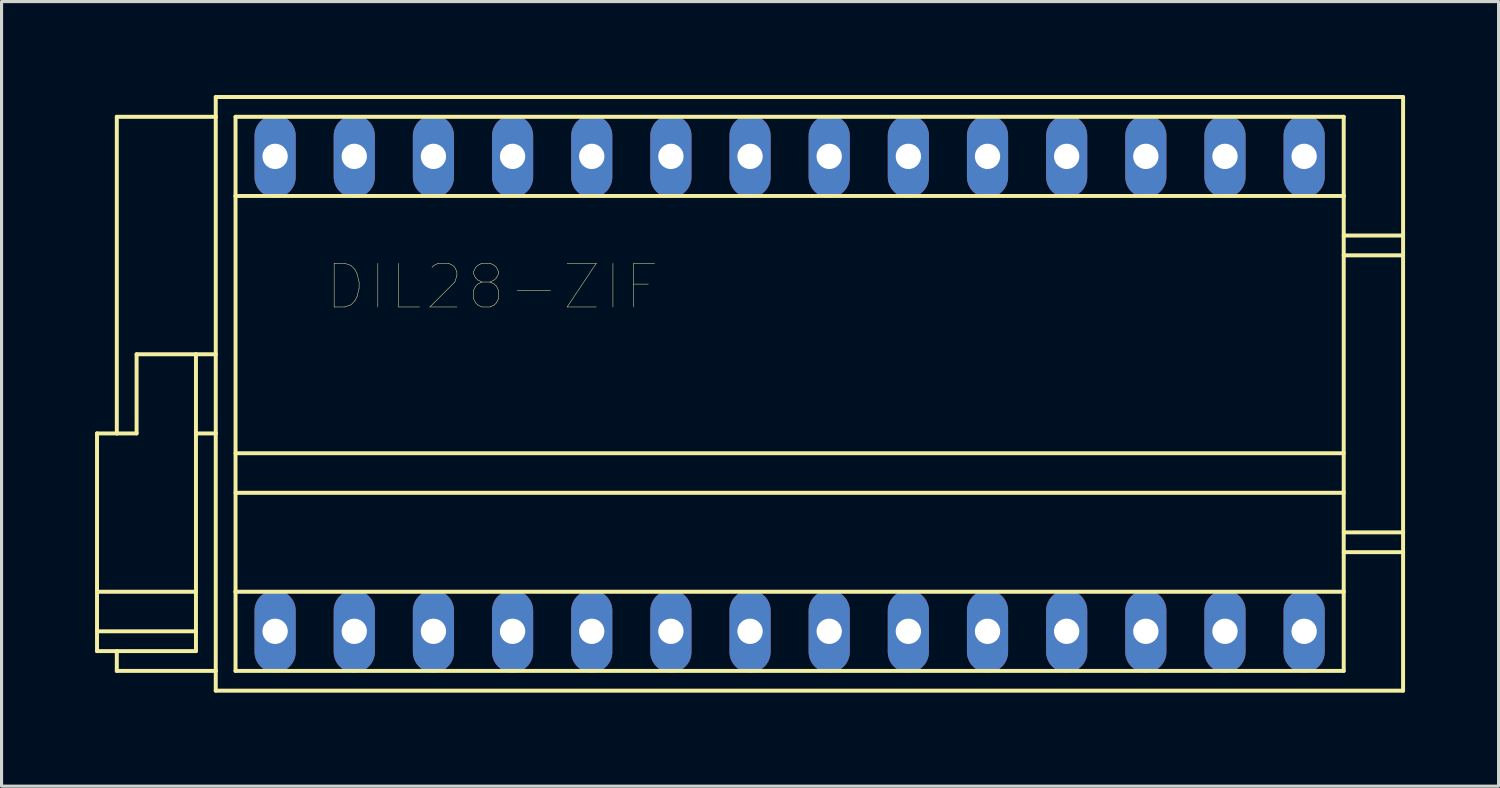
<source format=kicad_pcb>
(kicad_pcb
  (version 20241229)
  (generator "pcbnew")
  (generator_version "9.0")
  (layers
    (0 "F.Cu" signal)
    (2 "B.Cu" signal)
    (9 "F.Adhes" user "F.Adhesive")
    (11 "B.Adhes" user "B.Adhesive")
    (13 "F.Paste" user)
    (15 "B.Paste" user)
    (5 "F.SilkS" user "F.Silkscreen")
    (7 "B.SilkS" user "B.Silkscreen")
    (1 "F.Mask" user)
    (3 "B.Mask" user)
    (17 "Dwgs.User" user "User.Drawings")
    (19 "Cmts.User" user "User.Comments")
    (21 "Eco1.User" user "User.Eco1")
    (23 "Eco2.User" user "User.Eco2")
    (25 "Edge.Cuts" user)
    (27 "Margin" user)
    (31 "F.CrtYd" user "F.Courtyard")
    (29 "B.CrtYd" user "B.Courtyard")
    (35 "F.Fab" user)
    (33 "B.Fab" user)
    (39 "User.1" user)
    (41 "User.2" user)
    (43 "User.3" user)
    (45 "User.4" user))
  (footprint "DIL28-ZIF"
    (layer "F.Cu")
    (at 22.288 9.588)
    (property "Reference" "DIL28-ZIF" (at -9.542 -3.435 0) (layer "F.SilkS") (effects (font (size 1.402 1.402) (thickness 0.015))))
    (attr through_hole)
    (fp_line (start -22.225 1.27) (end -22.225 6.35) (stroke (width 0.127) (type solid)) (layer "F.SilkS"))
    (fp_line (start -22.225 1.27) (end -21.59 1.27) (stroke (width 0.127) (type solid)) (layer "F.SilkS"))
    (fp_line (start -22.225 6.35) (end -22.225 7.62) (stroke (width 0.127) (type solid)) (layer "F.SilkS"))
    (fp_line (start -22.225 7.62) (end -22.225 8.255) (stroke (width 0.127) (type solid)) (layer "F.SilkS"))
    (fp_line (start -22.225 8.255) (end -21.59 8.255) (stroke (width 0.127) (type solid)) (layer "F.SilkS"))
    (fp_line (start -21.59 -8.89) (end -21.59 1.27) (stroke (width 0.127) (type solid)) (layer "F.SilkS"))
    (fp_line (start -21.59 -8.89) (end -18.415 -8.89) (stroke (width 0.127) (type solid)) (layer "F.SilkS"))
    (fp_line (start -21.59 1.27) (end -20.955 1.27) (stroke (width 0.127) (type solid)) (layer "F.SilkS"))
    (fp_line (start -21.59 8.255) (end -19.05 8.255) (stroke (width 0.127) (type solid)) (layer "F.SilkS"))
    (fp_line (start -21.59 8.89) (end -21.59 8.255) (stroke (width 0.127) (type solid)) (layer "F.SilkS"))
    (fp_line (start -20.955 1.27) (end -20.955 -1.27) (stroke (width 0.127) (type solid)) (layer "F.SilkS"))
    (fp_line (start -19.05 -1.27) (end -20.955 -1.27) (stroke (width 0.127) (type solid)) (layer "F.SilkS"))
    (fp_line (start -19.05 -1.27) (end -19.05 1.27) (stroke (width 0.127) (type solid)) (layer "F.SilkS"))
    (fp_line (start -19.05 -1.27) (end -18.415 -1.27) (stroke (width 0.127) (type solid)) (layer "F.SilkS"))
    (fp_line (start -19.05 1.27) (end -19.05 6.35) (stroke (width 0.127) (type solid)) (layer "F.SilkS"))
    (fp_line (start -19.05 1.27) (end -18.415 1.27) (stroke (width 0.127) (type solid)) (layer "F.SilkS"))
    (fp_line (start -19.05 6.35) (end -22.225 6.35) (stroke (width 0.127) (type solid)) (layer "F.SilkS"))
    (fp_line (start -19.05 6.35) (end -19.05 7.62) (stroke (width 0.127) (type solid)) (layer "F.SilkS"))
    (fp_line (start -19.05 7.62) (end -22.225 7.62) (stroke (width 0.127) (type solid)) (layer "F.SilkS"))
    (fp_line (start -19.05 8.255) (end -19.05 7.62) (stroke (width 0.127) (type solid)) (layer "F.SilkS"))
    (fp_line (start -18.415 -9.525) (end 19.685 -9.525) (stroke (width 0.127) (type solid)) (layer "F.SilkS"))
    (fp_line (start -18.415 -8.89) (end -18.415 -9.525) (stroke (width 0.127) (type solid)) (layer "F.SilkS"))
    (fp_line (start -18.415 -8.89) (end -18.415 -1.27) (stroke (width 0.127) (type solid)) (layer "F.SilkS"))
    (fp_line (start -18.415 -1.27) (end -18.415 1.27) (stroke (width 0.127) (type solid)) (layer "F.SilkS"))
    (fp_line (start -18.415 1.27) (end -18.415 8.89) (stroke (width 0.127) (type solid)) (layer "F.SilkS"))
    (fp_line (start -18.415 8.89) (end -21.59 8.89) (stroke (width 0.127) (type solid)) (layer "F.SilkS"))
    (fp_line (start -18.415 9.525) (end -18.415 8.89) (stroke (width 0.127) (type solid)) (layer "F.SilkS"))
    (fp_line (start -17.78 -8.89) (end 17.78 -8.89) (stroke (width 0.127) (type solid)) (layer "F.SilkS"))
    (fp_line (start -17.78 -6.35) (end -17.78 -8.89) (stroke (width 0.127) (type solid)) (layer "F.SilkS"))
    (fp_line (start -17.78 -6.35) (end 17.78 -6.35) (stroke (width 0.127) (type solid)) (layer "F.SilkS"))
    (fp_line (start -17.78 1.905) (end 17.78 1.905) (stroke (width 0.127) (type solid)) (layer "F.SilkS"))
    (fp_line (start -17.78 3.175) (end 17.78 3.175) (stroke (width 0.127) (type solid)) (layer "F.SilkS"))
    (fp_line (start -17.78 6.35) (end -17.78 -6.35) (stroke (width 0.127) (type solid)) (layer "F.SilkS"))
    (fp_line (start -17.78 6.35) (end 17.78 6.35) (stroke (width 0.127) (type solid)) (layer "F.SilkS"))
    (fp_line (start -17.78 8.89) (end -17.78 6.35) (stroke (width 0.127) (type solid)) (layer "F.SilkS"))
    (fp_line (start 17.78 -8.89) (end 17.78 -6.35) (stroke (width 0.127) (type solid)) (layer "F.SilkS"))
    (fp_line (start 17.78 -6.35) (end 17.78 6.35) (stroke (width 0.127) (type solid)) (layer "F.SilkS"))
    (fp_line (start 17.78 -5.08) (end 19.685 -5.08) (stroke (width 0.127) (type solid)) (layer "F.SilkS"))
    (fp_line (start 17.78 -4.445) (end 19.685 -4.445) (stroke (width 0.127) (type solid)) (layer "F.SilkS"))
    (fp_line (start 17.78 4.445) (end 19.685 4.445) (stroke (width 0.127) (type solid)) (layer "F.SilkS"))
    (fp_line (start 17.78 5.08) (end 19.685 5.08) (stroke (width 0.127) (type solid)) (layer "F.SilkS"))
    (fp_line (start 17.78 6.35) (end 17.78 8.89) (stroke (width 0.127) (type solid)) (layer "F.SilkS"))
    (fp_line (start 17.78 8.89) (end -17.78 8.89) (stroke (width 0.127) (type solid)) (layer "F.SilkS"))
    (fp_line (start 19.685 -9.525) (end 19.685 -5.08) (stroke (width 0.127) (type solid)) (layer "F.SilkS"))
    (fp_line (start 19.685 -5.08) (end 19.685 -4.445) (stroke (width 0.127) (type solid)) (layer "F.SilkS"))
    (fp_line (start 19.685 -4.445) (end 19.685 4.445) (stroke (width 0.127) (type solid)) (layer "F.SilkS"))
    (fp_line (start 19.685 4.445) (end 19.685 5.08) (stroke (width 0.127) (type solid)) (layer "F.SilkS"))
    (fp_line (start 19.685 5.08) (end 19.685 9.525) (stroke (width 0.127) (type solid)) (layer "F.SilkS"))
    (fp_line (start 19.685 9.525) (end -18.415 9.525) (stroke (width 0.127) (type solid)) (layer "F.SilkS"))
    (pad "1" thru_hole oval (at -16.51 7.62) (size 1.321 2.642) (drill 0.813) (layers "*.Cu" "*.Mask"))
    (pad "2" thru_hole oval (at -13.97 7.62) (size 1.321 2.642) (drill 0.813) (layers "*.Cu" "*.Mask"))
    (pad "3" thru_hole oval (at -11.43 7.62) (size 1.321 2.642) (drill 0.813) (layers "*.Cu" "*.Mask"))
    (pad "4" thru_hole oval (at -8.89 7.62) (size 1.321 2.642) (drill 0.813) (layers "*.Cu" "*.Mask"))
    (pad "5" thru_hole oval (at -6.35 7.62) (size 1.321 2.642) (drill 0.813) (layers "*.Cu" "*.Mask"))
    (pad "6" thru_hole oval (at -3.81 7.62) (size 1.321 2.642) (drill 0.813) (layers "*.Cu" "*.Mask"))
    (pad "7" thru_hole oval (at -1.27 7.62) (size 1.321 2.642) (drill 0.813) (layers "*.Cu" "*.Mask"))
    (pad "8" thru_hole oval (at 1.27 7.62) (size 1.321 2.642) (drill 0.813) (layers "*.Cu" "*.Mask"))
    (pad "9" thru_hole oval (at 3.81 7.62) (size 1.321 2.642) (drill 0.813) (layers "*.Cu" "*.Mask"))
    (pad "10" thru_hole oval (at 6.35 7.62) (size 1.321 2.642) (drill 0.813) (layers "*.Cu" "*.Mask"))
    (pad "11" thru_hole oval (at 8.89 7.62) (size 1.321 2.642) (drill 0.813) (layers "*.Cu" "*.Mask"))
    (pad "12" thru_hole oval (at 11.43 7.62) (size 1.321 2.642) (drill 0.813) (layers "*.Cu" "*.Mask"))
    (pad "13" thru_hole oval (at 13.97 7.62) (size 1.321 2.642) (drill 0.813) (layers "*.Cu" "*.Mask"))
    (pad "14" thru_hole oval (at 16.51 7.62) (size 1.321 2.642) (drill 0.813) (layers "*.Cu" "*.Mask"))
    (pad "15" thru_hole oval (at 16.51 -7.62) (size 1.321 2.642) (drill 0.813) (layers "*.Cu" "*.Mask"))
    (pad "16" thru_hole oval (at 13.97 -7.62) (size 1.321 2.642) (drill 0.813) (layers "*.Cu" "*.Mask"))
    (pad "17" thru_hole oval (at 11.43 -7.62) (size 1.321 2.642) (drill 0.813) (layers "*.Cu" "*.Mask"))
    (pad "18" thru_hole oval (at 8.89 -7.62) (size 1.321 2.642) (drill 0.813) (layers "*.Cu" "*.Mask"))
    (pad "19" thru_hole oval (at 6.35 -7.62) (size 1.321 2.642) (drill 0.813) (layers "*.Cu" "*.Mask"))
    (pad "20" thru_hole oval (at 3.81 -7.62) (size 1.321 2.642) (drill 0.813) (layers "*.Cu" "*.Mask"))
    (pad "21" thru_hole oval (at 1.27 -7.62) (size 1.321 2.642) (drill 0.813) (layers "*.Cu" "*.Mask"))
    (pad "22" thru_hole oval (at -1.27 -7.62) (size 1.321 2.642) (drill 0.813) (layers "*.Cu" "*.Mask"))
    (pad "23" thru_hole oval (at -3.81 -7.62) (size 1.321 2.642) (drill 0.813) (layers "*.Cu" "*.Mask"))
    (pad "24" thru_hole oval (at -6.35 -7.62) (size 1.321 2.642) (drill 0.813) (layers "*.Cu" "*.Mask"))
    (pad "25" thru_hole oval (at -8.89 -7.62) (size 1.321 2.642) (drill 0.813) (layers "*.Cu" "*.Mask"))
    (pad "26" thru_hole oval (at -11.43 -7.62) (size 1.321 2.642) (drill 0.813) (layers "*.Cu" "*.Mask"))
    (pad "27" thru_hole oval (at -13.97 -7.62) (size 1.321 2.642) (drill 0.813) (layers "*.Cu" "*.Mask"))
    (pad "28" thru_hole oval (at -16.51 -7.62) (size 1.321 2.642) (drill 0.813) (layers "*.Cu" "*.Mask")))
  (gr_rect
    (start -3 -3)
    (end 45.037 22.177)
    (stroke (width 0.1) (type default))
    (fill no)
    (layer "Edge.Cuts")))
</source>
